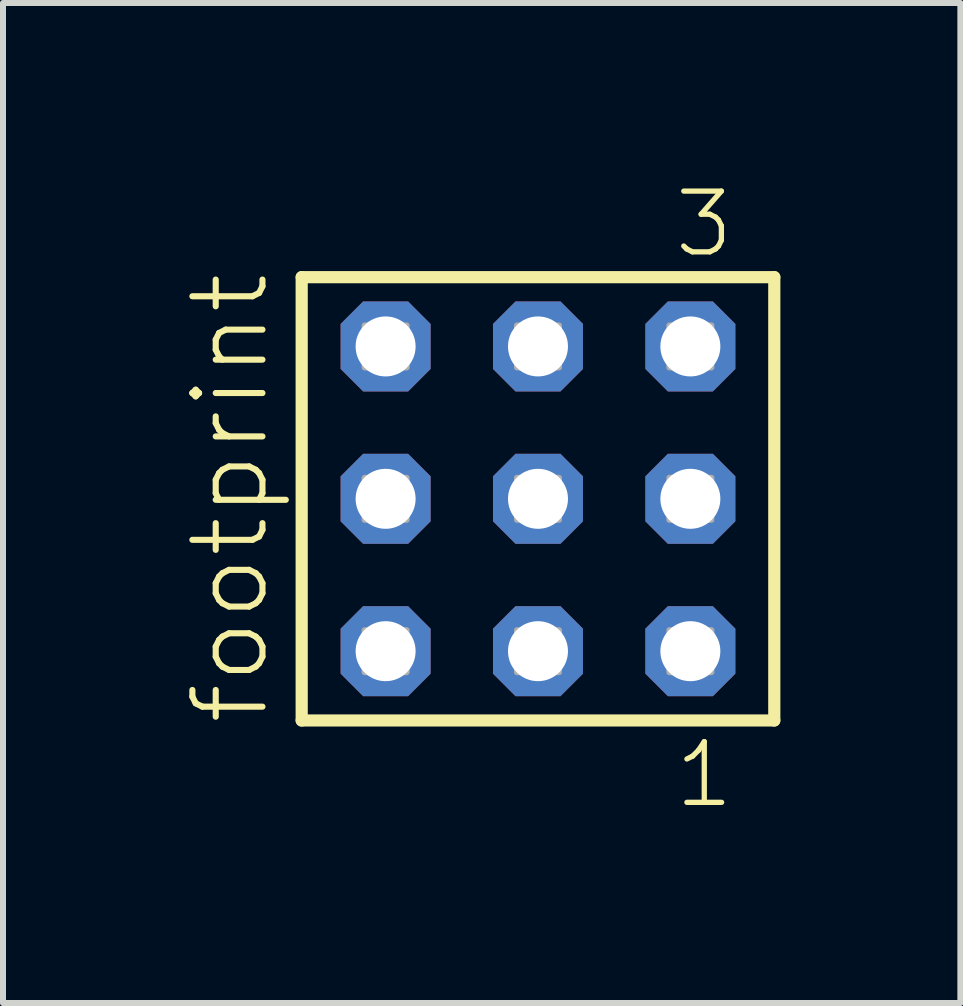
<source format=kicad_pcb>
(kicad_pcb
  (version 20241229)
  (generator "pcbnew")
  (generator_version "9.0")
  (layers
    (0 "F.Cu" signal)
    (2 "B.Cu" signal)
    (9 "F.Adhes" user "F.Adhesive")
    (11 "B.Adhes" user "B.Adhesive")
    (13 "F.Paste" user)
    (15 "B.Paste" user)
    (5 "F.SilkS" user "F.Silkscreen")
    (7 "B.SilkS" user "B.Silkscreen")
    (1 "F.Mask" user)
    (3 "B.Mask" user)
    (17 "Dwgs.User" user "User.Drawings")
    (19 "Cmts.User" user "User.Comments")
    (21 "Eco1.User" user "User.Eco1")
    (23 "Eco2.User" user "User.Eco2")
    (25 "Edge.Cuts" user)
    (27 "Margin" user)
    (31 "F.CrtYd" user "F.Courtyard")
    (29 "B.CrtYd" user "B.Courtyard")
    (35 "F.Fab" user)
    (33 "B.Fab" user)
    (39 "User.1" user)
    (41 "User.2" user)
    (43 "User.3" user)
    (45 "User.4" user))
  (footprint "footprint"
    (layer "F.Cu")
    (at 5.918 5.265)
    (property "Reference" "footprint" (at -4.445 3.81 90) (layer "F.SilkS") (effects (font (size 1.168 1.168) (thickness 0.102)) (justify left bottom)))
    (fp_line (start -3.939 -3.695) (end 3.939 -3.695) (stroke (width 0.203) (type solid)) (layer "F.SilkS"))
    (fp_line (start -3.939 3.695) (end -3.939 -3.695) (stroke (width 0.203) (type solid)) (layer "F.SilkS"))
    (fp_line (start 3.939 -3.695) (end 3.939 3.695) (stroke (width 0.203) (type solid)) (layer "F.SilkS"))
    (fp_line (start 3.939 3.695) (end -3.939 3.695) (stroke (width 0.203) (type solid)) (layer "F.SilkS"))
    (fp_poly (pts (xy -2.89 -2.19) (xy -2.19 -2.19) (xy -2.19 -2.89) (xy -2.89 -2.89)) (stroke (width 0.1) (type solid)) (fill no) (layer "F.Fab"))
    (fp_poly (pts (xy -2.89 0.35) (xy -2.19 0.35) (xy -2.19 -0.35) (xy -2.89 -0.35)) (stroke (width 0.1) (type solid)) (fill no) (layer "F.Fab"))
    (fp_poly (pts (xy -2.89 2.89) (xy -2.19 2.89) (xy -2.19 2.19) (xy -2.89 2.19)) (stroke (width 0.1) (type solid)) (fill no) (layer "F.Fab"))
    (fp_poly (pts (xy -0.35 -2.19) (xy 0.35 -2.19) (xy 0.35 -2.89) (xy -0.35 -2.89)) (stroke (width 0.1) (type solid)) (fill no) (layer "F.Fab"))
    (fp_poly (pts (xy -0.35 0.35) (xy 0.35 0.35) (xy 0.35 -0.35) (xy -0.35 -0.35)) (stroke (width 0.1) (type solid)) (fill no) (layer "F.Fab"))
    (fp_poly (pts (xy -0.35 2.89) (xy 0.35 2.89) (xy 0.35 2.19) (xy -0.35 2.19)) (stroke (width 0.1) (type solid)) (fill no) (layer "F.Fab"))
    (fp_poly (pts (xy 2.19 -2.19) (xy 2.89 -2.19) (xy 2.89 -2.89) (xy 2.19 -2.89)) (stroke (width 0.1) (type solid)) (fill no) (layer "F.Fab"))
    (fp_poly (pts (xy 2.19 0.35) (xy 2.89 0.35) (xy 2.89 -0.35) (xy 2.19 -0.35)) (stroke (width 0.1) (type solid)) (fill no) (layer "F.Fab"))
    (fp_poly (pts (xy 2.19 2.89) (xy 2.89 2.89) (xy 2.89 2.19) (xy 2.19 2.19)) (stroke (width 0.1) (type solid)) (fill no) (layer "F.Fab"))
    (fp_text user "3" (at 2.228 -3.989 0) (layer "F.SilkS") (effects (font (size 1.012 1.012) (thickness 0.088)) (justify left bottom)))
    (fp_text user "1" (at 2.232 5.188 0) (layer "F.SilkS") (effects (font (size 1.012 1.012) (thickness 0.088)) (justify left bottom)))
    (pad "1" thru_hole roundrect (at 2.54 2.54 180) (size 1.5 1.5) (drill 1) (layers "*.Cu" "*.Mask") (roundrect_rratio 0.25) (chamfer_ratio 0.25) (chamfer top_left top_right bottom_left bottom_right))
    (pad "2" thru_hole roundrect (at 2.54 0 180) (size 1.5 1.5) (drill 1) (layers "*.Cu" "*.Mask") (roundrect_rratio 0.25) (chamfer_ratio 0.25) (chamfer top_left top_right bottom_left bottom_right))
    (pad "3" thru_hole roundrect (at 2.54 -2.54 180) (size 1.5 1.5) (drill 1) (layers "*.Cu" "*.Mask") (roundrect_rratio 0.25) (chamfer_ratio 0.25) (chamfer top_left top_right bottom_left bottom_right))
    (pad "4" thru_hole roundrect (at 0 2.54 180) (size 1.5 1.5) (drill 1) (layers "*.Cu" "*.Mask") (roundrect_rratio 0.25) (chamfer_ratio 0.25) (chamfer top_left top_right bottom_left bottom_right))
    (pad "5" thru_hole roundrect (at 0 0 180) (size 1.5 1.5) (drill 1) (layers "*.Cu" "*.Mask") (roundrect_rratio 0.25) (chamfer_ratio 0.25) (chamfer top_left top_right bottom_left bottom_right))
    (pad "6" thru_hole roundrect (at 0 -2.54 180) (size 1.5 1.5) (drill 1) (layers "*.Cu" "*.Mask") (roundrect_rratio 0.25) (chamfer_ratio 0.25) (chamfer top_left top_right bottom_left bottom_right))
    (pad "7" thru_hole roundrect (at -2.54 2.54 180) (size 1.5 1.5) (drill 1) (layers "*.Cu" "*.Mask") (roundrect_rratio 0.25) (chamfer_ratio 0.25) (chamfer top_left top_right bottom_left bottom_right))
    (pad "8" thru_hole roundrect (at -2.54 0 180) (size 1.5 1.5) (drill 1) (layers "*.Cu" "*.Mask") (roundrect_rratio 0.25) (chamfer_ratio 0.25) (chamfer top_left top_right bottom_left bottom_right))
    (pad "9" thru_hole roundrect (at -2.54 -2.54 180) (size 1.5 1.5) (drill 1) (layers "*.Cu" "*.Mask") (roundrect_rratio 0.25) (chamfer_ratio 0.25) (chamfer top_left top_right bottom_left bottom_right)))
  (gr_rect
    (start -3 -3)
    (end 12.959 13.67)
    (stroke (width 0.1) (type default))
    (fill no)
    (layer "Edge.Cuts")))
</source>
